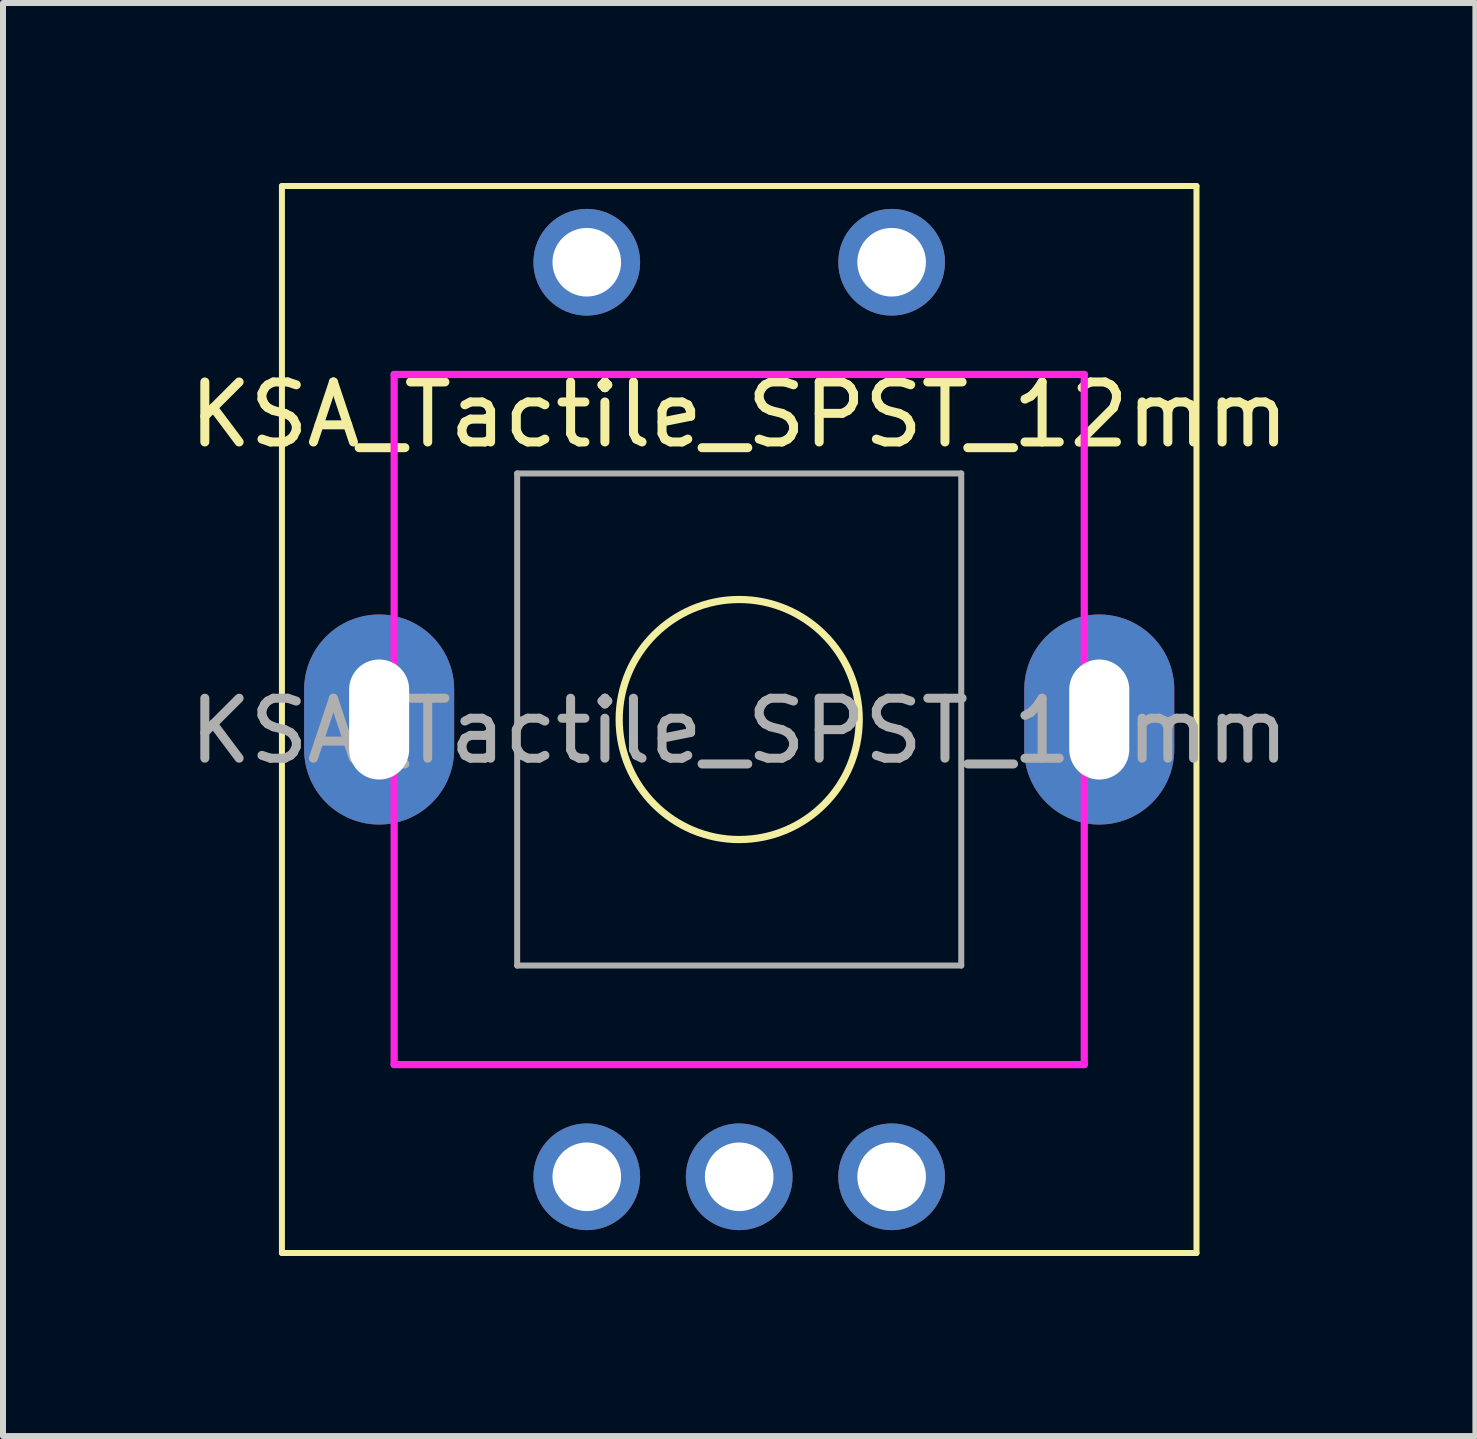
<source format=kicad_pcb>
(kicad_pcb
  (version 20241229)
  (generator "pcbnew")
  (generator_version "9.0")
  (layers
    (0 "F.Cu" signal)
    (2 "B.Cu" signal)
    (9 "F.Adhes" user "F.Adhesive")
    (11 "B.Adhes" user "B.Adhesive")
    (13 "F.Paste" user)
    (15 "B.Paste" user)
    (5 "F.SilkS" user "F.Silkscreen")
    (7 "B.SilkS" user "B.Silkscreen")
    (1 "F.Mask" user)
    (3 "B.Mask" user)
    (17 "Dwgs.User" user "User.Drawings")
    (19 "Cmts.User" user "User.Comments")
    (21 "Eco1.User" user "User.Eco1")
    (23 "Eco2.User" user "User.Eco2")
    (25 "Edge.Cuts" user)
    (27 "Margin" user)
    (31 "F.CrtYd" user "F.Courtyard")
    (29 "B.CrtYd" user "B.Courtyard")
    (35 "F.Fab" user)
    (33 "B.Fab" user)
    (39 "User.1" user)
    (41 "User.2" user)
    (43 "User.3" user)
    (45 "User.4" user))
  (footprint "KSA_Tactile_SPST_12mm"
    (layer "F.Cu")
    (at 9.268 8.94)
    (property "Reference" "KSA_Tactile_SPST_12mm" (at 0 -5.08 0) (layer "F.SilkS") (effects (font (size 1 1) (thickness 0.15))))
    (attr through_hole)
    (fp_line (start -7.62 -8.89) (end 7.62 -8.89) (stroke (width 0.1) (type solid)) (layer "F.SilkS"))
    (fp_line (start -7.62 8.89) (end -7.62 -8.89) (stroke (width 0.1) (type solid)) (layer "F.SilkS"))
    (fp_line (start 7.62 -8.89) (end 7.62 8.89) (stroke (width 0.1) (type solid)) (layer "F.SilkS"))
    (fp_line (start 7.62 8.89) (end -7.62 8.89) (stroke (width 0.1) (type solid)) (layer "F.SilkS"))
    (fp_circle (center 0 0) (end -2 0) (stroke (width 0.12) (type solid)) (fill no) (layer "F.SilkS"))
    (fp_line (start -5.75 -5.75) (end -5.75 5.75) (stroke (width 0.12) (type solid)) (layer "F.CrtYd"))
    (fp_line (start -5.75 5.75) (end 5.75 5.75) (stroke (width 0.12) (type solid)) (layer "F.CrtYd"))
    (fp_line (start 5.75 -5.75) (end -5.75 -5.75) (stroke (width 0.12) (type solid)) (layer "F.CrtYd"))
    (fp_line (start 5.75 5.75) (end 5.75 -5.75) (stroke (width 0.12) (type solid)) (layer "F.CrtYd"))
    (fp_line (start -3.7 4.1) (end -3.7 -4.1) (stroke (width 0.1) (type solid)) (layer "F.Fab"))
    (fp_line (start -3.7 4.1) (end 3.7 4.1) (stroke (width 0.1) (type solid)) (layer "F.Fab"))
    (fp_line (start 3.7 -4.1) (end -3.7 -4.1) (stroke (width 0.1) (type solid)) (layer "F.Fab"))
    (fp_line (start 3.7 4.1) (end 3.7 -4.1) (stroke (width 0.1) (type solid)) (layer "F.Fab"))
    (fp_text user "${REFERENCE}" (at 0 0.19 0) (layer "F.Fab") (effects (font (size 1 1) (thickness 0.15))))
    (pad "A" thru_hole circle (at -2.54 7.62) (size 1.778 1.778) (drill 1.143) (layers "*.Cu" "*.Mask"))
    (pad "B" thru_hole circle (at 2.54 7.62) (size 1.778 1.778) (drill 1.143) (layers "*.Cu" "*.Mask"))
    (pad "C" thru_hole circle (at 0 7.62) (size 1.778 1.778) (drill 1.143) (layers "*.Cu" "*.Mask"))
    (pad "G" thru_hole oval (at -6 0) (size 2.5 3.5) (drill oval 1 2) (layers "*.Cu" "*.Mask"))
    (pad "G" thru_hole oval (at 6 0) (size 2.5 3.5) (drill oval 1 2) (layers "*.Cu" "*.Mask"))
    (pad "S1" thru_hole circle (at -2.54 -7.62) (size 1.778 1.778) (drill 1.143) (layers "*.Cu" "*.Mask"))
    (pad "S2" thru_hole circle (at 2.54 -7.62) (size 1.778 1.778) (drill 1.143) (layers "*.Cu" "*.Mask")))
  (gr_rect
    (start -3 -3)
    (end 21.536 20.88)
    (stroke (width 0.1) (type default))
    (fill no)
    (layer "Edge.Cuts")))
</source>
